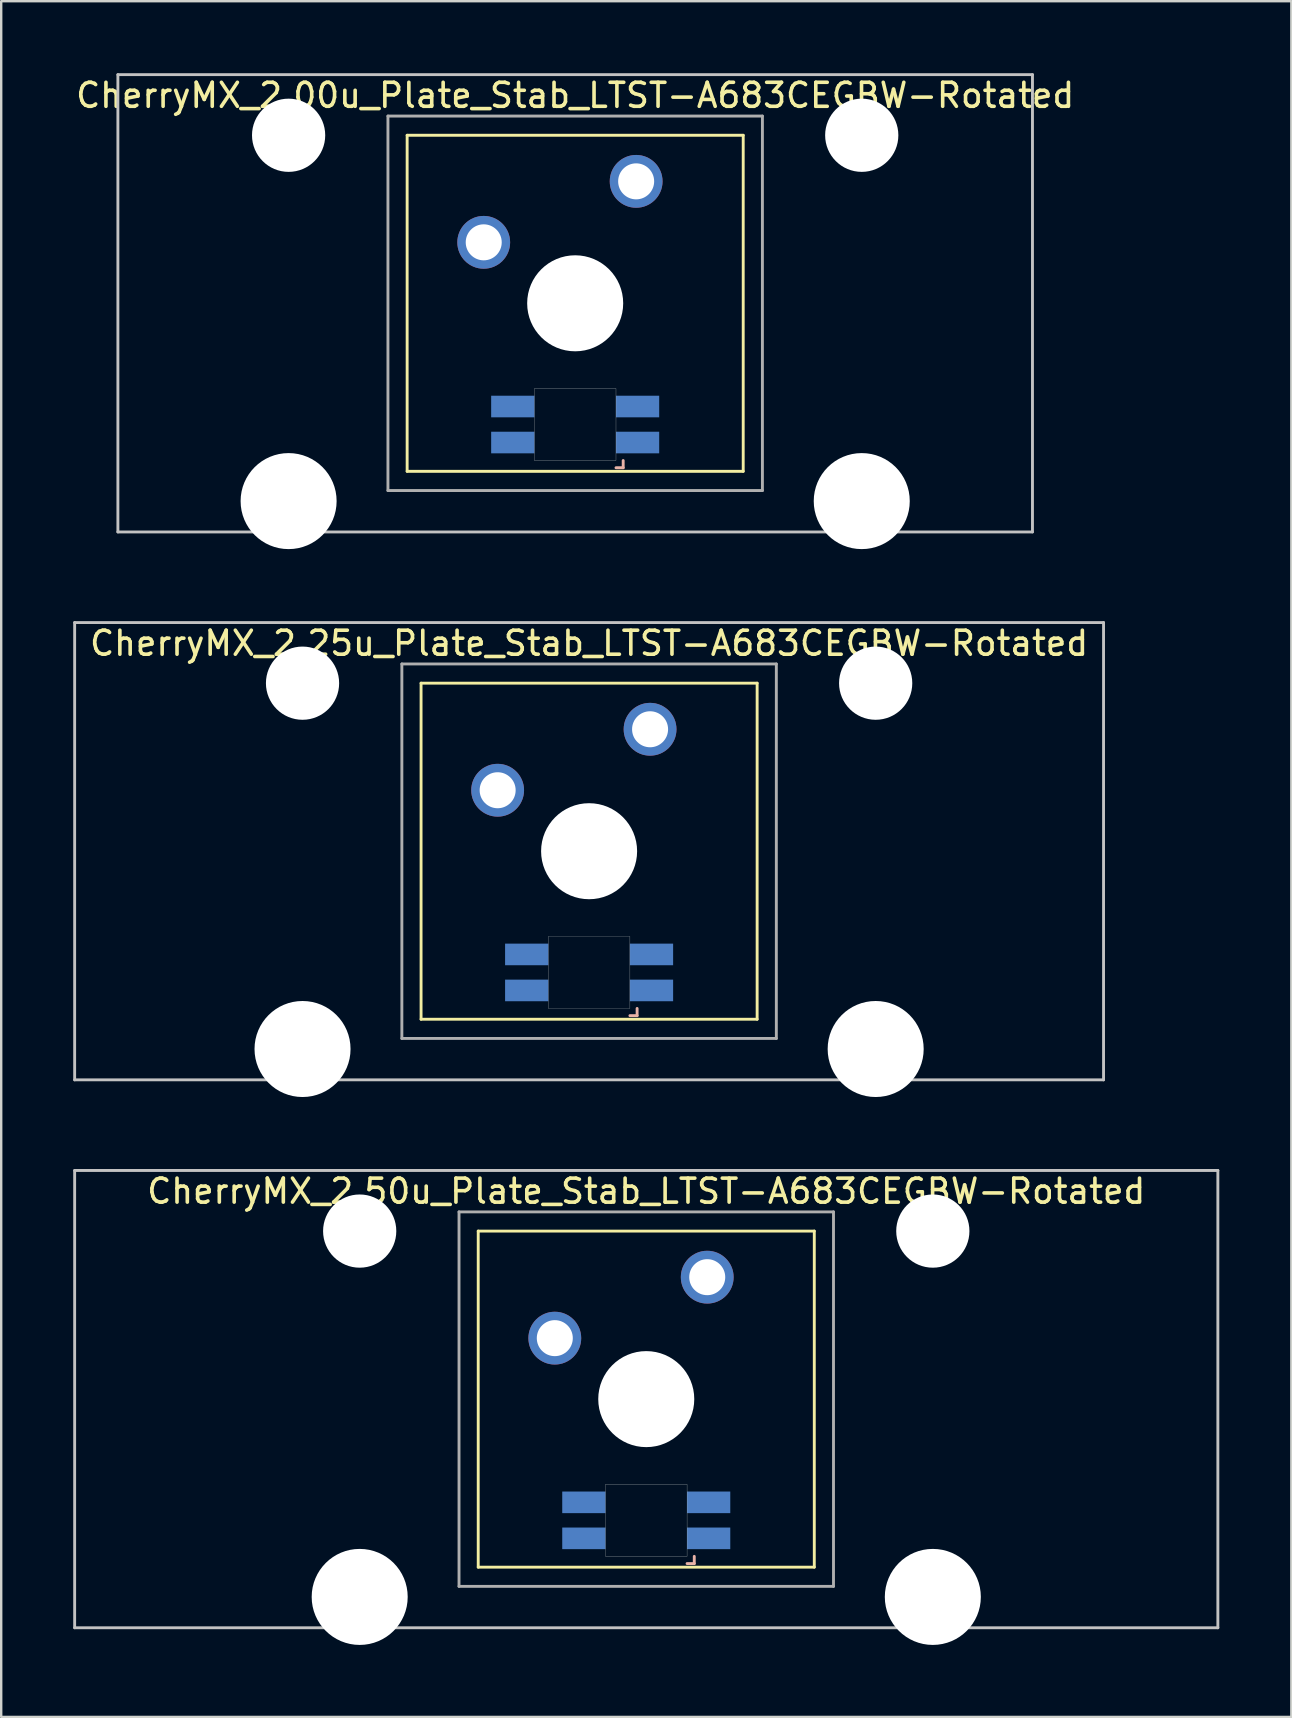
<source format=kicad_pcb>
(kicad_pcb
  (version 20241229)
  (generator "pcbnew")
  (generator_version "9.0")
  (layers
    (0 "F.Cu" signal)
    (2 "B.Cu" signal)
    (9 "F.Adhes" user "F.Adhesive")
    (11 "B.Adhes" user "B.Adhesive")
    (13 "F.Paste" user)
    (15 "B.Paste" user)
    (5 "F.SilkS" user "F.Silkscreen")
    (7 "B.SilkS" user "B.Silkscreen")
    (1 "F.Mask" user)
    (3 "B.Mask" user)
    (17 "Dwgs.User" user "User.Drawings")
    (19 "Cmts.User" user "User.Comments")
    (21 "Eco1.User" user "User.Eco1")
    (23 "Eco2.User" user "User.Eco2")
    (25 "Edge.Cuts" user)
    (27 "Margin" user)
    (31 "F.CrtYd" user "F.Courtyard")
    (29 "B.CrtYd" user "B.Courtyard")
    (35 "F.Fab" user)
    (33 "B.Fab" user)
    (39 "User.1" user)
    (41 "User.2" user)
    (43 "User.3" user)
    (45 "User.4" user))
  (footprint "CherryMX_2.50u_Plate_Stab_LTST-A683CEGBW-Rotated"
    (layer "F.Cu")
    (at 23.872 55.235)
    (property "Reference" "CherryMX_2.50u_Plate_Stab_LTST-A683CEGBW-Rotated" (at 0 -8.662 0) (layer "F.SilkS") (effects (font (size 1 1) (thickness 0.15))))
    (attr through_hole)
    (fp_line (start -7 -7) (end -7 7) (stroke (width 0.12) (type solid)) (layer "F.SilkS"))
    (fp_line (start -7 -7) (end 7 -7) (stroke (width 0.12) (type solid)) (layer "F.SilkS"))
    (fp_line (start 7 -7) (end 7 7) (stroke (width 0.12) (type solid)) (layer "F.SilkS"))
    (fp_line (start 7 7) (end -7 7) (stroke (width 0.12) (type solid)) (layer "F.SilkS"))
    (fp_line (start 1.7 6.85) (end 2 6.85) (stroke (width 0.12) (type solid)) (layer "B.SilkS"))
    (fp_line (start 2 6.85) (end 2 6.55) (stroke (width 0.12) (type solid)) (layer "B.SilkS"))
    (fp_line (start -23.812 -9.525) (end 23.812 -9.525) (stroke (width 0.12) (type solid)) (layer "Dwgs.User"))
    (fp_line (start -23.812 9.525) (end -23.812 -9.525) (stroke (width 0.12) (type solid)) (layer "Dwgs.User"))
    (fp_line (start 23.812 -9.525) (end 23.812 9.525) (stroke (width 0.12) (type solid)) (layer "Dwgs.User"))
    (fp_line (start 23.812 9.525) (end -23.812 9.525) (stroke (width 0.12) (type solid)) (layer "Dwgs.User"))
    (fp_poly (pts (xy -1.7 3.55) (xy 1.7 3.55) (xy 1.7 6.55) (xy -1.7 6.55)) (stroke (width 0.01) (type solid)) (fill no) (layer "Edge.Cuts"))
    (fp_line (start -7.8 -7.8) (end -7.8 7.8) (stroke (width 0.12) (type solid)) (layer "F.Fab"))
    (fp_line (start -7.8 -7.8) (end 7.8 -7.8) (stroke (width 0.12) (type solid)) (layer "F.Fab"))
    (fp_line (start -7.8 7.8) (end 7.8 7.8) (stroke (width 0.12) (type solid)) (layer "F.Fab"))
    (fp_line (start 7.8 -7.8) (end 7.8 7.8) (stroke (width 0.12) (type solid)) (layer "F.Fab"))
    (pad "" np_thru_hole circle (at -11.938 -7) (size 3.05 3.05) (drill 3.05) (layers "*.Cu" "*.Mask"))
    (pad "" np_thru_hole circle (at -11.938 8.24) (size 4 4) (drill 4) (layers "*.Cu" "*.Mask"))
    (pad "" np_thru_hole circle (at 0 0) (size 4 4) (drill 4) (layers "*.Cu" "*.Mask"))
    (pad "" np_thru_hole circle (at 11.938 -7) (size 3.05 3.05) (drill 3.05) (layers "*.Cu" "*.Mask"))
    (pad "" np_thru_hole circle (at 11.938 8.24) (size 4 4) (drill 4) (layers "*.Cu" "*.Mask"))
    (pad "1" thru_hole circle (at -3.81 -2.54) (size 2.2 2.2) (drill 1.5) (layers "*.Cu" "*.Mask"))
    (pad "2" thru_hole circle (at 2.54 -5.08) (size 2.2 2.2) (drill 1.5) (layers "*.Cu" "*.Mask"))
    (pad "3" smd rect (at 2.6 5.8 180) (size 1.8 0.9) (layers "B.Cu" "B.Mask" "B.Paste"))
    (pad "4" smd rect (at 2.6 4.3 180) (size 1.8 0.9) (layers "B.Cu" "B.Mask" "B.Paste"))
    (pad "5" smd rect (at -2.6 5.8 180) (size 1.8 0.9) (layers "B.Cu" "B.Mask" "B.Paste"))
    (pad "6" smd rect (at -2.6 4.3 180) (size 1.8 0.9) (layers "B.Cu" "B.Mask" "B.Paste")))
  (footprint "CherryMX_2.25u_Plate_Stab_LTST-A683CEGBW-Rotated"
    (layer "F.Cu")
    (at 21.491 32.41)
    (property "Reference" "CherryMX_2.25u_Plate_Stab_LTST-A683CEGBW-Rotated" (at 0 -8.662 0) (layer "F.SilkS") (effects (font (size 1 1) (thickness 0.15))))
    (attr through_hole)
    (fp_line (start -7 -7) (end -7 7) (stroke (width 0.12) (type solid)) (layer "F.SilkS"))
    (fp_line (start -7 -7) (end 7 -7) (stroke (width 0.12) (type solid)) (layer "F.SilkS"))
    (fp_line (start 7 -7) (end 7 7) (stroke (width 0.12) (type solid)) (layer "F.SilkS"))
    (fp_line (start 7 7) (end -7 7) (stroke (width 0.12) (type solid)) (layer "F.SilkS"))
    (fp_line (start 1.7 6.85) (end 2 6.85) (stroke (width 0.12) (type solid)) (layer "B.SilkS"))
    (fp_line (start 2 6.85) (end 2 6.55) (stroke (width 0.12) (type solid)) (layer "B.SilkS"))
    (fp_line (start -21.431 -9.525) (end 21.431 -9.525) (stroke (width 0.12) (type solid)) (layer "Dwgs.User"))
    (fp_line (start -21.431 9.525) (end -21.431 -9.525) (stroke (width 0.12) (type solid)) (layer "Dwgs.User"))
    (fp_line (start 21.431 -9.525) (end 21.431 9.525) (stroke (width 0.12) (type solid)) (layer "Dwgs.User"))
    (fp_line (start 21.431 9.525) (end -21.431 9.525) (stroke (width 0.12) (type solid)) (layer "Dwgs.User"))
    (fp_poly (pts (xy -1.7 3.55) (xy 1.7 3.55) (xy 1.7 6.55) (xy -1.7 6.55)) (stroke (width 0.01) (type solid)) (fill no) (layer "Edge.Cuts"))
    (fp_line (start -7.8 -7.8) (end -7.8 7.8) (stroke (width 0.12) (type solid)) (layer "F.Fab"))
    (fp_line (start -7.8 -7.8) (end 7.8 -7.8) (stroke (width 0.12) (type solid)) (layer "F.Fab"))
    (fp_line (start -7.8 7.8) (end 7.8 7.8) (stroke (width 0.12) (type solid)) (layer "F.Fab"))
    (fp_line (start 7.8 -7.8) (end 7.8 7.8) (stroke (width 0.12) (type solid)) (layer "F.Fab"))
    (pad "" np_thru_hole circle (at -11.938 -7) (size 3.05 3.05) (drill 3.05) (layers "*.Cu" "*.Mask"))
    (pad "" np_thru_hole circle (at -11.938 8.24) (size 4 4) (drill 4) (layers "*.Cu" "*.Mask"))
    (pad "" np_thru_hole circle (at 0 0) (size 4 4) (drill 4) (layers "*.Cu" "*.Mask"))
    (pad "" np_thru_hole circle (at 11.938 -7) (size 3.05 3.05) (drill 3.05) (layers "*.Cu" "*.Mask"))
    (pad "" np_thru_hole circle (at 11.938 8.24) (size 4 4) (drill 4) (layers "*.Cu" "*.Mask"))
    (pad "1" thru_hole circle (at -3.81 -2.54) (size 2.2 2.2) (drill 1.5) (layers "*.Cu" "*.Mask"))
    (pad "2" thru_hole circle (at 2.54 -5.08) (size 2.2 2.2) (drill 1.5) (layers "*.Cu" "*.Mask"))
    (pad "3" smd rect (at 2.6 5.8 180) (size 1.8 0.9) (layers "B.Cu" "B.Mask" "B.Paste"))
    (pad "4" smd rect (at 2.6 4.3 180) (size 1.8 0.9) (layers "B.Cu" "B.Mask" "B.Paste"))
    (pad "5" smd rect (at -2.6 5.8 180) (size 1.8 0.9) (layers "B.Cu" "B.Mask" "B.Paste"))
    (pad "6" smd rect (at -2.6 4.3 180) (size 1.8 0.9) (layers "B.Cu" "B.Mask" "B.Paste")))
  (footprint "CherryMX_2.00u_Plate_Stab_LTST-A683CEGBW-Rotated"
    (layer "F.Cu")
    (at 20.911 9.585)
    (property "Reference" "CherryMX_2.00u_Plate_Stab_LTST-A683CEGBW-Rotated" (at 0 -8.662 0) (layer "F.SilkS") (effects (font (size 1 1) (thickness 0.15))))
    (attr through_hole)
    (fp_line (start -7 -7) (end -7 7) (stroke (width 0.12) (type solid)) (layer "F.SilkS"))
    (fp_line (start -7 -7) (end 7 -7) (stroke (width 0.12) (type solid)) (layer "F.SilkS"))
    (fp_line (start 7 -7) (end 7 7) (stroke (width 0.12) (type solid)) (layer "F.SilkS"))
    (fp_line (start 7 7) (end -7 7) (stroke (width 0.12) (type solid)) (layer "F.SilkS"))
    (fp_line (start 1.7 6.85) (end 2 6.85) (stroke (width 0.12) (type solid)) (layer "B.SilkS"))
    (fp_line (start 2 6.85) (end 2 6.55) (stroke (width 0.12) (type solid)) (layer "B.SilkS"))
    (fp_line (start -19.05 -9.525) (end 19.05 -9.525) (stroke (width 0.12) (type solid)) (layer "Dwgs.User"))
    (fp_line (start -19.05 9.525) (end -19.05 -9.525) (stroke (width 0.12) (type solid)) (layer "Dwgs.User"))
    (fp_line (start 19.05 -9.525) (end 19.05 9.525) (stroke (width 0.12) (type solid)) (layer "Dwgs.User"))
    (fp_line (start 19.05 9.525) (end -19.05 9.525) (stroke (width 0.12) (type solid)) (layer "Dwgs.User"))
    (fp_poly (pts (xy -1.7 3.55) (xy 1.7 3.55) (xy 1.7 6.55) (xy -1.7 6.55)) (stroke (width 0.01) (type solid)) (fill no) (layer "Edge.Cuts"))
    (fp_line (start -7.8 -7.8) (end -7.8 7.8) (stroke (width 0.12) (type solid)) (layer "F.Fab"))
    (fp_line (start -7.8 -7.8) (end 7.8 -7.8) (stroke (width 0.12) (type solid)) (layer "F.Fab"))
    (fp_line (start -7.8 7.8) (end 7.8 7.8) (stroke (width 0.12) (type solid)) (layer "F.Fab"))
    (fp_line (start 7.8 -7.8) (end 7.8 7.8) (stroke (width 0.12) (type solid)) (layer "F.Fab"))
    (pad "" np_thru_hole circle (at -11.938 -7) (size 3.05 3.05) (drill 3.05) (layers "*.Cu" "*.Mask"))
    (pad "" np_thru_hole circle (at -11.938 8.24) (size 4 4) (drill 4) (layers "*.Cu" "*.Mask"))
    (pad "" np_thru_hole circle (at 0 0) (size 4 4) (drill 4) (layers "*.Cu" "*.Mask"))
    (pad "" np_thru_hole circle (at 11.938 -7) (size 3.05 3.05) (drill 3.05) (layers "*.Cu" "*.Mask"))
    (pad "" np_thru_hole circle (at 11.938 8.24) (size 4 4) (drill 4) (layers "*.Cu" "*.Mask"))
    (pad "1" thru_hole circle (at -3.81 -2.54) (size 2.2 2.2) (drill 1.5) (layers "*.Cu" "*.Mask"))
    (pad "2" thru_hole circle (at 2.54 -5.08) (size 2.2 2.2) (drill 1.5) (layers "*.Cu" "*.Mask"))
    (pad "3" smd rect (at 2.6 5.8 180) (size 1.8 0.9) (layers "B.Cu" "B.Mask" "B.Paste"))
    (pad "4" smd rect (at 2.6 4.3 180) (size 1.8 0.9) (layers "B.Cu" "B.Mask" "B.Paste"))
    (pad "5" smd rect (at -2.6 5.8 180) (size 1.8 0.9) (layers "B.Cu" "B.Mask" "B.Paste"))
    (pad "6" smd rect (at -2.6 4.3 180) (size 1.8 0.9) (layers "B.Cu" "B.Mask" "B.Paste")))
  (gr_rect
    (start -3 -3)
    (end 50.745 68.475)
    (stroke (width 0.1) (type default))
    (fill no)
    (layer "Edge.Cuts")))
</source>
